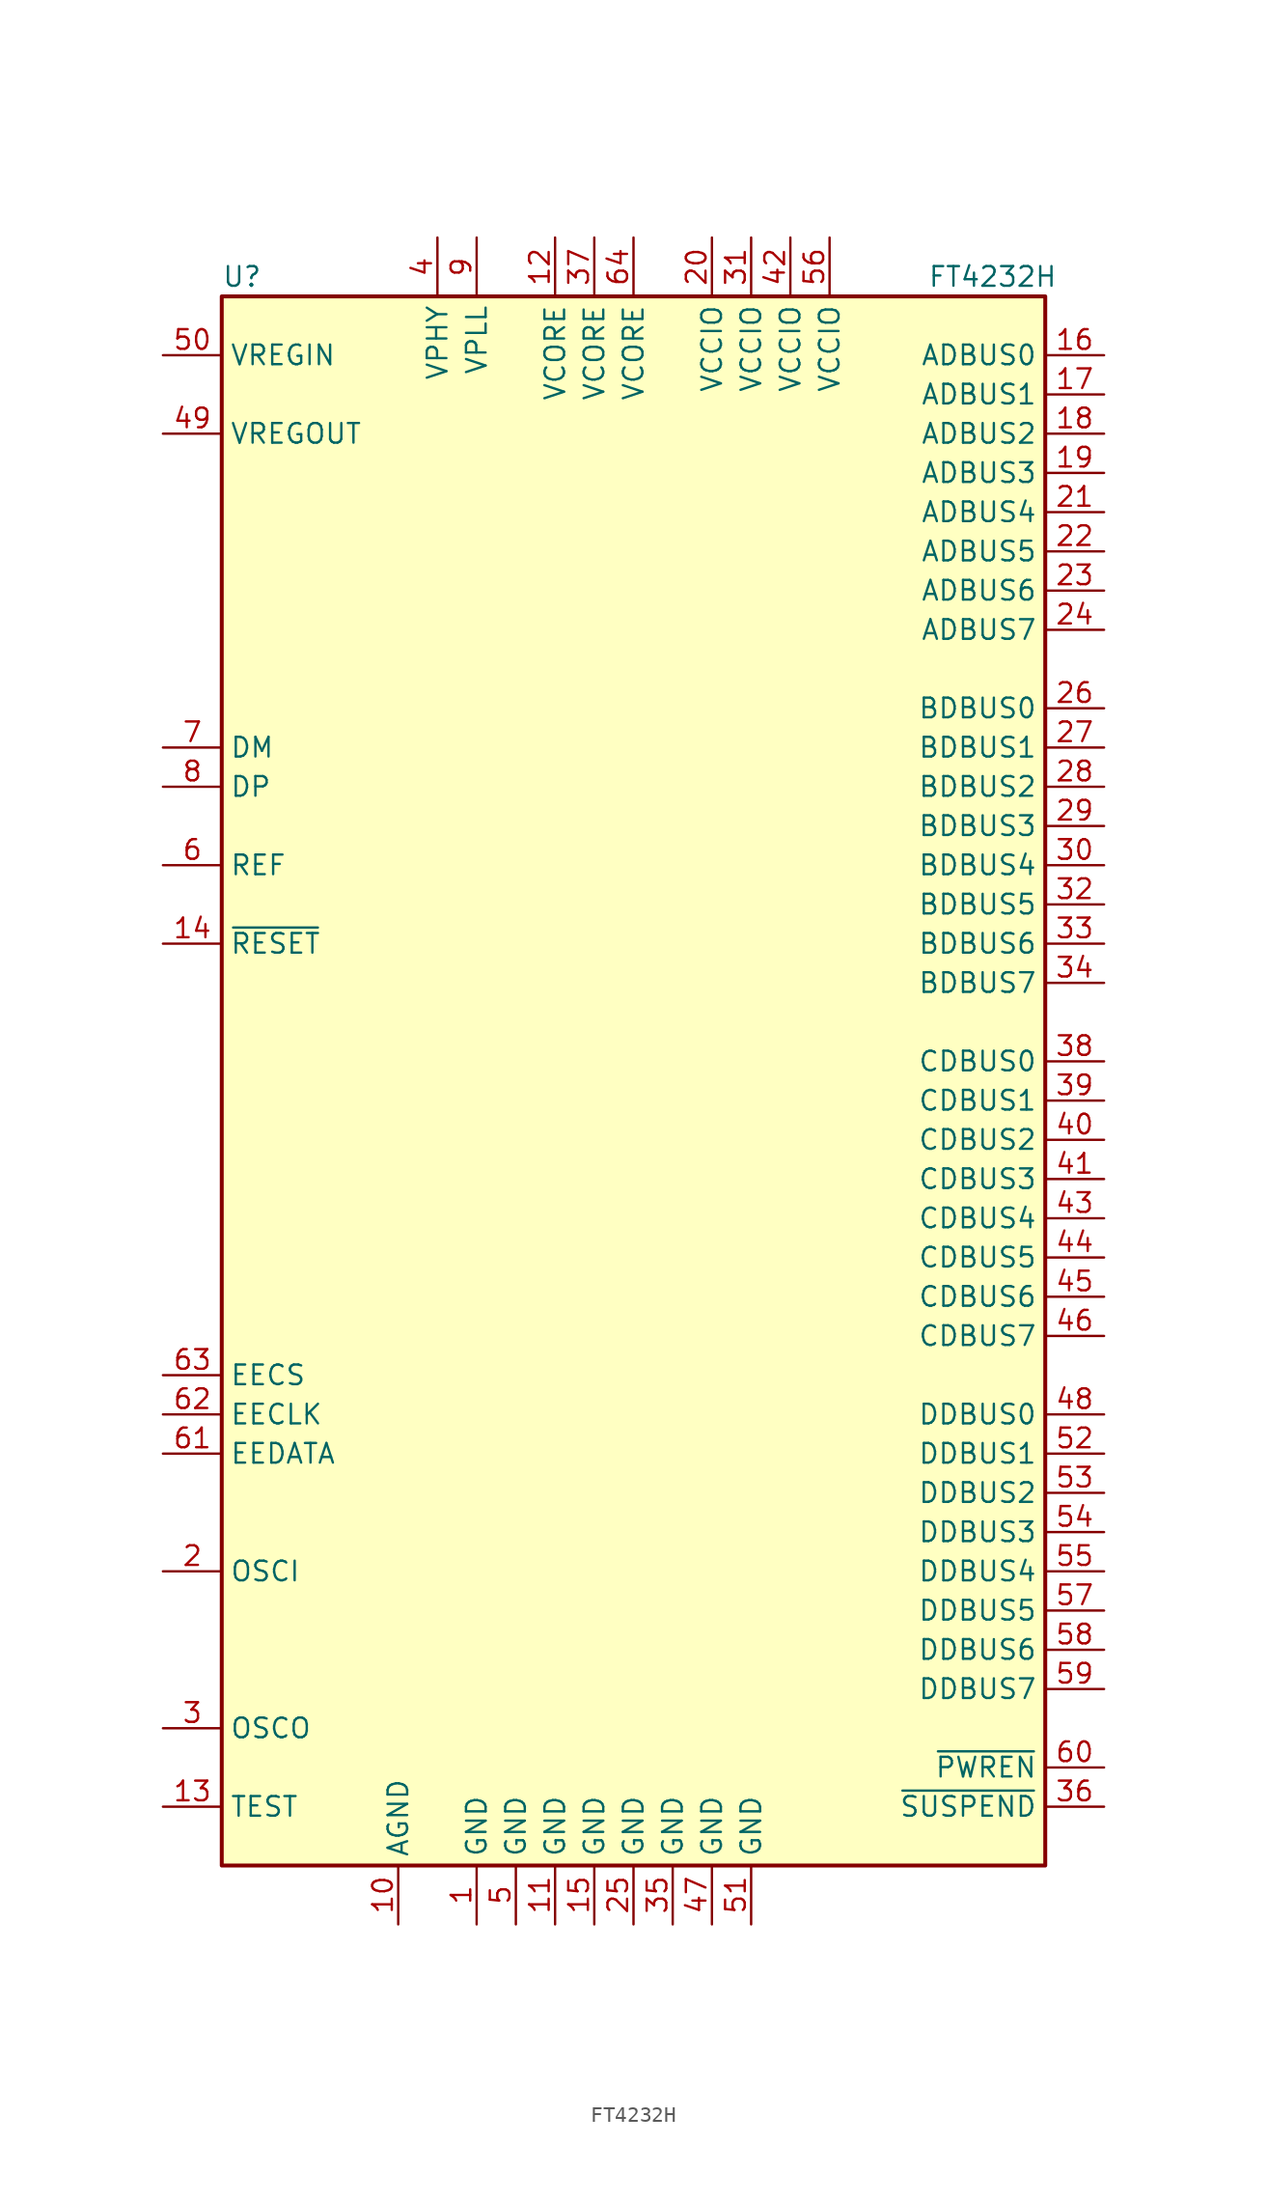
<source format=kicad_sym>
(kicad_symbol_lib
  (version 20211014)
  (generator kicad_symbol_editor)
  (symbol "FT4232H"
    (property "Reference" "U"
      (at -26.67 53.34 0)
      (effects (font (size 1.27 1.27)) (justify left)))
    (property "Value" "FT4232H"
      (at 19.05 53.34 0)
      (effects (font (size 1.27 1.27)) (justify left)))
    (symbol "FT4232H_0_1"
      (rectangle (start -26.67 -49.53) (end 26.67 52.07) (stroke (width 0.254) (type default) (color 0 0 0 0)) (fill (type background))))
    (symbol "FT4232H_1_1"
      (pin power_in line (at -10.16 -53.34 90) (length 3.81) (name "GND" (effects (font (size 1.27 1.27)))) (number "1" (effects (font (size 1.27 1.27)))))
      (pin power_in line (at -15.24 -53.34 90) (length 3.81) (name "AGND" (effects (font (size 1.27 1.27)))) (number "10" (effects (font (size 1.27 1.27)))))
      (pin power_in line (at -5.08 -53.34 90) (length 3.81) (name "GND" (effects (font (size 1.27 1.27)))) (number "11" (effects (font (size 1.27 1.27)))))
      (pin power_in line (at -5.08 55.88 270) (length 3.81) (name "VCORE" (effects (font (size 1.27 1.27)))) (number "12" (effects (font (size 1.27 1.27)))))
      (pin input line (at -30.48 -45.72 0) (length 3.81) (name "TEST" (effects (font (size 1.27 1.27)))) (number "13" (effects (font (size 1.27 1.27)))))
      (pin input line (at -30.48 10.16 0) (length 3.81) (name "~{RESET}" (effects (font (size 1.27 1.27)))) (number "14" (effects (font (size 1.27 1.27)))))
      (pin power_in line (at -2.54 -53.34 90) (length 3.81) (name "GND" (effects (font (size 1.27 1.27)))) (number "15" (effects (font (size 1.27 1.27)))))
      (pin bidirectional line (at 30.48 48.26 180) (length 3.81) (name "ADBUS0" (effects (font (size 1.27 1.27)))) (number "16" (effects (font (size 1.27 1.27)))))
      (pin bidirectional line (at 30.48 45.72 180) (length 3.81) (name "ADBUS1" (effects (font (size 1.27 1.27)))) (number "17" (effects (font (size 1.27 1.27)))))
      (pin bidirectional line (at 30.48 43.18 180) (length 3.81) (name "ADBUS2" (effects (font (size 1.27 1.27)))) (number "18" (effects (font (size 1.27 1.27)))))
      (pin bidirectional line (at 30.48 40.64 180) (length 3.81) (name "ADBUS3" (effects (font (size 1.27 1.27)))) (number "19" (effects (font (size 1.27 1.27)))))
      (pin input line (at -30.48 -30.48 0) (length 3.81) (name "OSCI" (effects (font (size 1.27 1.27)))) (number "2" (effects (font (size 1.27 1.27)))))
      (pin power_in line (at 5.08 55.88 270) (length 3.81) (name "VCCIO" (effects (font (size 1.27 1.27)))) (number "20" (effects (font (size 1.27 1.27)))))
      (pin bidirectional line (at 30.48 38.1 180) (length 3.81) (name "ADBUS4" (effects (font (size 1.27 1.27)))) (number "21" (effects (font (size 1.27 1.27)))))
      (pin bidirectional line (at 30.48 35.56 180) (length 3.81) (name "ADBUS5" (effects (font (size 1.27 1.27)))) (number "22" (effects (font (size 1.27 1.27)))))
      (pin bidirectional line (at 30.48 33.02 180) (length 3.81) (name "ADBUS6" (effects (font (size 1.27 1.27)))) (number "23" (effects (font (size 1.27 1.27)))))
      (pin bidirectional line (at 30.48 30.48 180) (length 3.81) (name "ADBUS7" (effects (font (size 1.27 1.27)))) (number "24" (effects (font (size 1.27 1.27)))))
      (pin power_in line (at 0 -53.34 90) (length 3.81) (name "GND" (effects (font (size 1.27 1.27)))) (number "25" (effects (font (size 1.27 1.27)))))
      (pin bidirectional line (at 30.48 25.4 180) (length 3.81) (name "BDBUS0" (effects (font (size 1.27 1.27)))) (number "26" (effects (font (size 1.27 1.27)))))
      (pin bidirectional line (at 30.48 22.86 180) (length 3.81) (name "BDBUS1" (effects (font (size 1.27 1.27)))) (number "27" (effects (font (size 1.27 1.27)))))
      (pin bidirectional line (at 30.48 20.32 180) (length 3.81) (name "BDBUS2" (effects (font (size 1.27 1.27)))) (number "28" (effects (font (size 1.27 1.27)))))
      (pin bidirectional line (at 30.48 17.78 180) (length 3.81) (name "BDBUS3" (effects (font (size 1.27 1.27)))) (number "29" (effects (font (size 1.27 1.27)))))
      (pin output line (at -30.48 -40.64 0) (length 3.81) (name "OSCO" (effects (font (size 1.27 1.27)))) (number "3" (effects (font (size 1.27 1.27)))))
      (pin bidirectional line (at 30.48 15.24 180) (length 3.81) (name "BDBUS4" (effects (font (size 1.27 1.27)))) (number "30" (effects (font (size 1.27 1.27)))))
      (pin power_in line (at 7.62 55.88 270) (length 3.81) (name "VCCIO" (effects (font (size 1.27 1.27)))) (number "31" (effects (font (size 1.27 1.27)))))
      (pin bidirectional line (at 30.48 12.7 180) (length 3.81) (name "BDBUS5" (effects (font (size 1.27 1.27)))) (number "32" (effects (font (size 1.27 1.27)))))
      (pin bidirectional line (at 30.48 10.16 180) (length 3.81) (name "BDBUS6" (effects (font (size 1.27 1.27)))) (number "33" (effects (font (size 1.27 1.27)))))
      (pin bidirectional line (at 30.48 7.62 180) (length 3.81) (name "BDBUS7" (effects (font (size 1.27 1.27)))) (number "34" (effects (font (size 1.27 1.27)))))
      (pin power_in line (at 2.54 -53.34 90) (length 3.81) (name "GND" (effects (font (size 1.27 1.27)))) (number "35" (effects (font (size 1.27 1.27)))))
      (pin output line (at 30.48 -45.72 180) (length 3.81) (name "~{SUSPEND}" (effects (font (size 1.27 1.27)))) (number "36" (effects (font (size 1.27 1.27)))))
      (pin power_in line (at -2.54 55.88 270) (length 3.81) (name "VCORE" (effects (font (size 1.27 1.27)))) (number "37" (effects (font (size 1.27 1.27)))))
      (pin bidirectional line (at 30.48 2.54 180) (length 3.81) (name "CDBUS0" (effects (font (size 1.27 1.27)))) (number "38" (effects (font (size 1.27 1.27)))))
      (pin bidirectional line (at 30.48 0 180) (length 3.81) (name "CDBUS1" (effects (font (size 1.27 1.27)))) (number "39" (effects (font (size 1.27 1.27)))))
      (pin power_in line (at -12.7 55.88 270) (length 3.81) (name "VPHY" (effects (font (size 1.27 1.27)))) (number "4" (effects (font (size 1.27 1.27)))))
      (pin bidirectional line (at 30.48 -2.54 180) (length 3.81) (name "CDBUS2" (effects (font (size 1.27 1.27)))) (number "40" (effects (font (size 1.27 1.27)))))
      (pin bidirectional line (at 30.48 -5.08 180) (length 3.81) (name "CDBUS3" (effects (font (size 1.27 1.27)))) (number "41" (effects (font (size 1.27 1.27)))))
      (pin power_in line (at 10.16 55.88 270) (length 3.81) (name "VCCIO" (effects (font (size 1.27 1.27)))) (number "42" (effects (font (size 1.27 1.27)))))
      (pin bidirectional line (at 30.48 -7.62 180) (length 3.81) (name "CDBUS4" (effects (font (size 1.27 1.27)))) (number "43" (effects (font (size 1.27 1.27)))))
      (pin bidirectional line (at 30.48 -10.16 180) (length 3.81) (name "CDBUS5" (effects (font (size 1.27 1.27)))) (number "44" (effects (font (size 1.27 1.27)))))
      (pin bidirectional line (at 30.48 -12.7 180) (length 3.81) (name "CDBUS6" (effects (font (size 1.27 1.27)))) (number "45" (effects (font (size 1.27 1.27)))))
      (pin bidirectional line (at 30.48 -15.24 180) (length 3.81) (name "CDBUS7" (effects (font (size 1.27 1.27)))) (number "46" (effects (font (size 1.27 1.27)))))
      (pin power_in line (at 5.08 -53.34 90) (length 3.81) (name "GND" (effects (font (size 1.27 1.27)))) (number "47" (effects (font (size 1.27 1.27)))))
      (pin bidirectional line (at 30.48 -20.32 180) (length 3.81) (name "DDBUS0" (effects (font (size 1.27 1.27)))) (number "48" (effects (font (size 1.27 1.27)))))
      (pin power_out line (at -30.48 43.18 0) (length 3.81) (name "VREGOUT" (effects (font (size 1.27 1.27)))) (number "49" (effects (font (size 1.27 1.27)))))
      (pin power_in line (at -7.62 -53.34 90) (length 3.81) (name "GND" (effects (font (size 1.27 1.27)))) (number "5" (effects (font (size 1.27 1.27)))))
      (pin power_in line (at -30.48 48.26 0) (length 3.81) (name "VREGIN" (effects (font (size 1.27 1.27)))) (number "50" (effects (font (size 1.27 1.27)))))
      (pin power_in line (at 7.62 -53.34 90) (length 3.81) (name "GND" (effects (font (size 1.27 1.27)))) (number "51" (effects (font (size 1.27 1.27)))))
      (pin bidirectional line (at 30.48 -22.86 180) (length 3.81) (name "DDBUS1" (effects (font (size 1.27 1.27)))) (number "52" (effects (font (size 1.27 1.27)))))
      (pin bidirectional line (at 30.48 -25.4 180) (length 3.81) (name "DDBUS2" (effects (font (size 1.27 1.27)))) (number "53" (effects (font (size 1.27 1.27)))))
      (pin bidirectional line (at 30.48 -27.94 180) (length 3.81) (name "DDBUS3" (effects (font (size 1.27 1.27)))) (number "54" (effects (font (size 1.27 1.27)))))
      (pin bidirectional line (at 30.48 -30.48 180) (length 3.81) (name "DDBUS4" (effects (font (size 1.27 1.27)))) (number "55" (effects (font (size 1.27 1.27)))))
      (pin power_in line (at 12.7 55.88 270) (length 3.81) (name "VCCIO" (effects (font (size 1.27 1.27)))) (number "56" (effects (font (size 1.27 1.27)))))
      (pin bidirectional line (at 30.48 -33.02 180) (length 3.81) (name "DDBUS5" (effects (font (size 1.27 1.27)))) (number "57" (effects (font (size 1.27 1.27)))))
      (pin bidirectional line (at 30.48 -35.56 180) (length 3.81) (name "DDBUS6" (effects (font (size 1.27 1.27)))) (number "58" (effects (font (size 1.27 1.27)))))
      (pin bidirectional line (at 30.48 -38.1 180) (length 3.81) (name "DDBUS7" (effects (font (size 1.27 1.27)))) (number "59" (effects (font (size 1.27 1.27)))))
      (pin input line (at -30.48 15.24 0) (length 3.81) (name "REF" (effects (font (size 1.27 1.27)))) (number "6" (effects (font (size 1.27 1.27)))))
      (pin output line (at 30.48 -43.18 180) (length 3.81) (name "~{PWREN}" (effects (font (size 1.27 1.27)))) (number "60" (effects (font (size 1.27 1.27)))))
      (pin bidirectional line (at -30.48 -22.86 0) (length 3.81) (name "EEDATA" (effects (font (size 1.27 1.27)))) (number "61" (effects (font (size 1.27 1.27)))))
      (pin output line (at -30.48 -20.32 0) (length 3.81) (name "EECLK" (effects (font (size 1.27 1.27)))) (number "62" (effects (font (size 1.27 1.27)))))
      (pin output line (at -30.48 -17.78 0) (length 3.81) (name "EECS" (effects (font (size 1.27 1.27)))) (number "63" (effects (font (size 1.27 1.27)))))
      (pin power_in line (at 0 55.88 270) (length 3.81) (name "VCORE" (effects (font (size 1.27 1.27)))) (number "64" (effects (font (size 1.27 1.27)))))
      (pin bidirectional line (at -30.48 22.86 0) (length 3.81) (name "DM" (effects (font (size 1.27 1.27)))) (number "7" (effects (font (size 1.27 1.27)))))
      (pin bidirectional line (at -30.48 20.32 0) (length 3.81) (name "DP" (effects (font (size 1.27 1.27)))) (number "8" (effects (font (size 1.27 1.27)))))
      (pin power_in line (at -10.16 55.88 270) (length 3.81) (name "VPLL" (effects (font (size 1.27 1.27)))) (number "9" (effects (font (size 1.27 1.27))))))))
</source>
